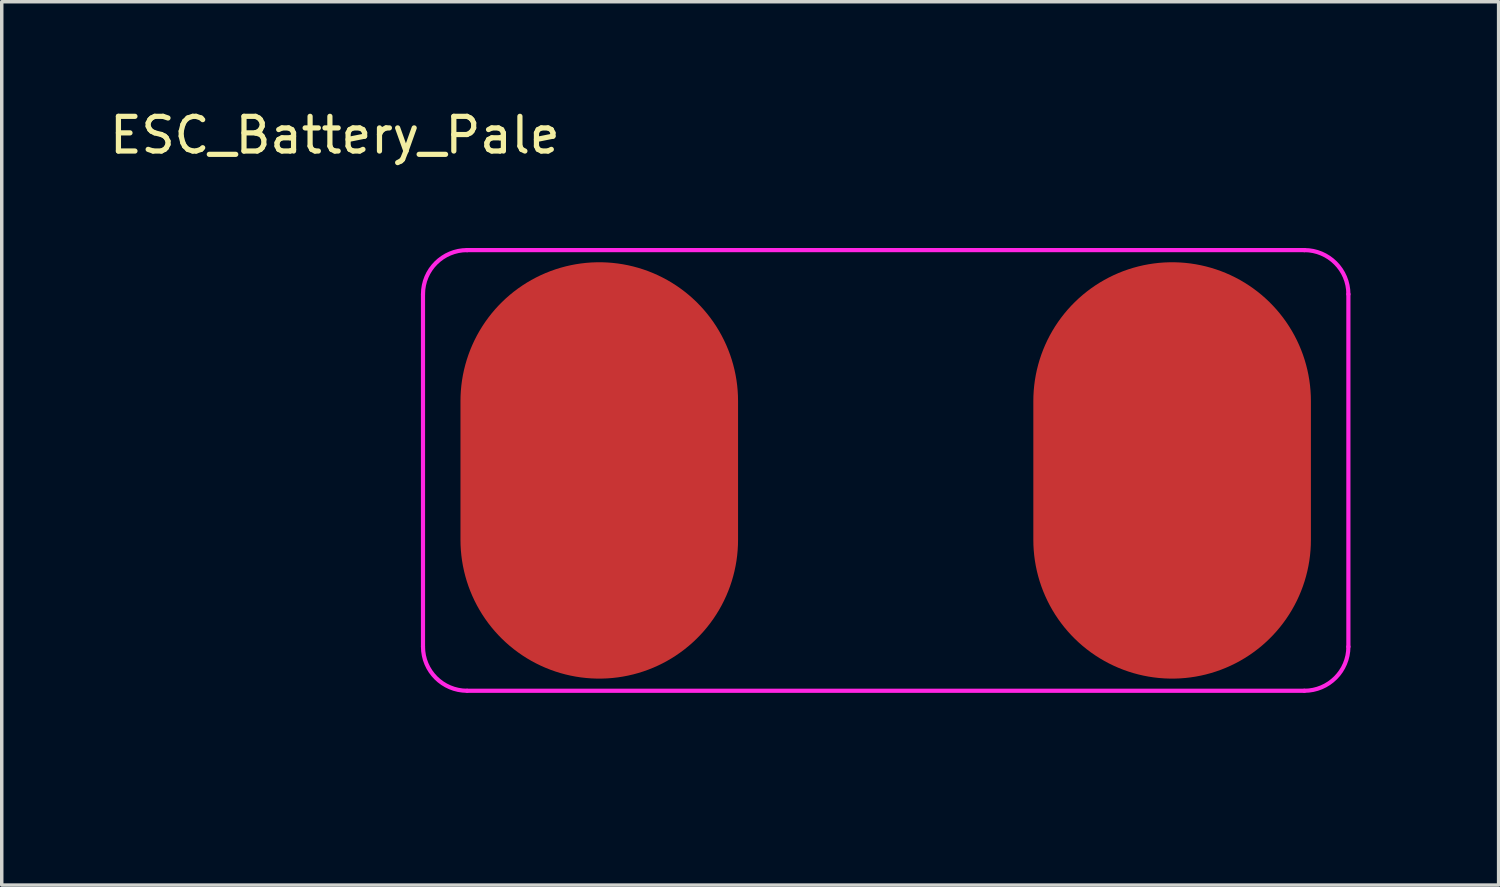
<source format=kicad_pcb>
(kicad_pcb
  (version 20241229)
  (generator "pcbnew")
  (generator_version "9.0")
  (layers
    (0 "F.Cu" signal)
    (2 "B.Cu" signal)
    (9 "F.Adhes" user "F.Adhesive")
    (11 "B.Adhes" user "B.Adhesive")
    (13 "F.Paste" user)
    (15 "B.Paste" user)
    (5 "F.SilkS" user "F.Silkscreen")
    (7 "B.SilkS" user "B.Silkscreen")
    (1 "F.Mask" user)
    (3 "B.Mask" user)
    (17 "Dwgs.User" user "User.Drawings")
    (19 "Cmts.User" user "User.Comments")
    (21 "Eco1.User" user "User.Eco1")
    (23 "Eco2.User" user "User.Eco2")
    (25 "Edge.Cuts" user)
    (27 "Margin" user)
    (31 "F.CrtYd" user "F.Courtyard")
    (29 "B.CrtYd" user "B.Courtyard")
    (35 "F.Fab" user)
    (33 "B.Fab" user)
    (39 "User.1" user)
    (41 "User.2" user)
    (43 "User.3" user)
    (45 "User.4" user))
  (footprint "ESC_Battery_Pale"
    (layer "F.Cu")
    (at 22.654 10.559)
    (property "Reference" "ESC_Battery_Pale" (at -16.053 -9.711 0) (layer "F.SilkS") (effects (font (size 1 1) (thickness 0.15))))
    (attr through_hole)
    (fp_line (start -14.783 6.299) (end -14.783 -6.401) (stroke (width 0.12) (type solid)) (layer "B.Paste"))
    (fp_line (start -12.243 -8.941) (end 11.887 -8.941) (stroke (width 0.12) (type solid)) (layer "B.Paste"))
    (fp_line (start 11.887 8.839) (end -12.243 8.839) (stroke (width 0.12) (type solid)) (layer "B.Paste"))
    (fp_line (start 14.427 -6.401) (end 14.427 6.299) (stroke (width 0.12) (type solid)) (layer "B.Paste"))
    (fp_arc (start -14.7828 -6.4008) (mid -14.038851 -8.196851) (end -12.2428 -8.9408) (stroke (width 0.12) (type solid)) (layer "B.Paste"))
    (fp_arc (start -12.2428 8.8392) (mid -14.038851 8.095251) (end -14.7828 6.2992) (stroke (width 0.12) (type solid)) (layer "B.Paste"))
    (fp_arc (start 11.8872 -8.9408) (mid 13.683251 -8.196851) (end 14.4272 -6.4008) (stroke (width 0.12) (type solid)) (layer "B.Paste"))
    (fp_arc (start 14.4272 6.2992) (mid 13.683251 8.095251) (end 11.8872 8.8392) (stroke (width 0.12) (type solid)) (layer "B.Paste"))
    (fp_line (start -13.513 5.029) (end -13.513 -5.131) (stroke (width 0.12) (type solid)) (layer "F.CrtYd"))
    (fp_line (start -12.243 -6.401) (end -12.243 -6.401) (stroke (width 0.12) (type solid)) (layer "F.CrtYd"))
    (fp_line (start -12.243 -6.401) (end 11.887 -6.401) (stroke (width 0.12) (type solid)) (layer "F.CrtYd"))
    (fp_line (start 11.887 -6.401) (end 11.887 -6.401) (stroke (width 0.12) (type solid)) (layer "F.CrtYd"))
    (fp_line (start 11.887 6.299) (end -12.243 6.299) (stroke (width 0.12) (type solid)) (layer "F.CrtYd"))
    (fp_line (start 13.157 -5.131) (end 13.157 5.029) (stroke (width 0.12) (type solid)) (layer "F.CrtYd"))
    (fp_arc (start -13.5128 -5.1308) (mid -13.140826 -6.028826) (end -12.2428 -6.4008) (stroke (width 0.12) (type solid)) (layer "F.CrtYd"))
    (fp_arc (start -12.2428 6.2992) (mid -13.140826 5.927226) (end -13.5128 5.0292) (stroke (width 0.12) (type solid)) (layer "F.CrtYd"))
    (fp_arc (start 11.8872 -6.4008) (mid 12.785226 -6.028826) (end 13.1572 -5.1308) (stroke (width 0.12) (type solid)) (layer "F.CrtYd"))
    (fp_arc (start 13.1572 5.0292) (mid 12.785226 5.927226) (end 11.8872 6.2992) (stroke (width 0.12) (type solid)) (layer "F.CrtYd"))
    (pad "1" smd oval (at -8.433 -0.051) (size 8 12) (layers "F.Cu" "F.Mask" "F.Paste"))
    (pad "2" smd oval (at 8.077 -0.051) (size 8 12) (layers "F.Cu" "F.Mask" "F.Paste")))
  (gr_rect
    (start -3 -3)
    (end 40.141 22.458)
    (stroke (width 0.1) (type default))
    (fill no)
    (layer "Edge.Cuts")))
</source>
